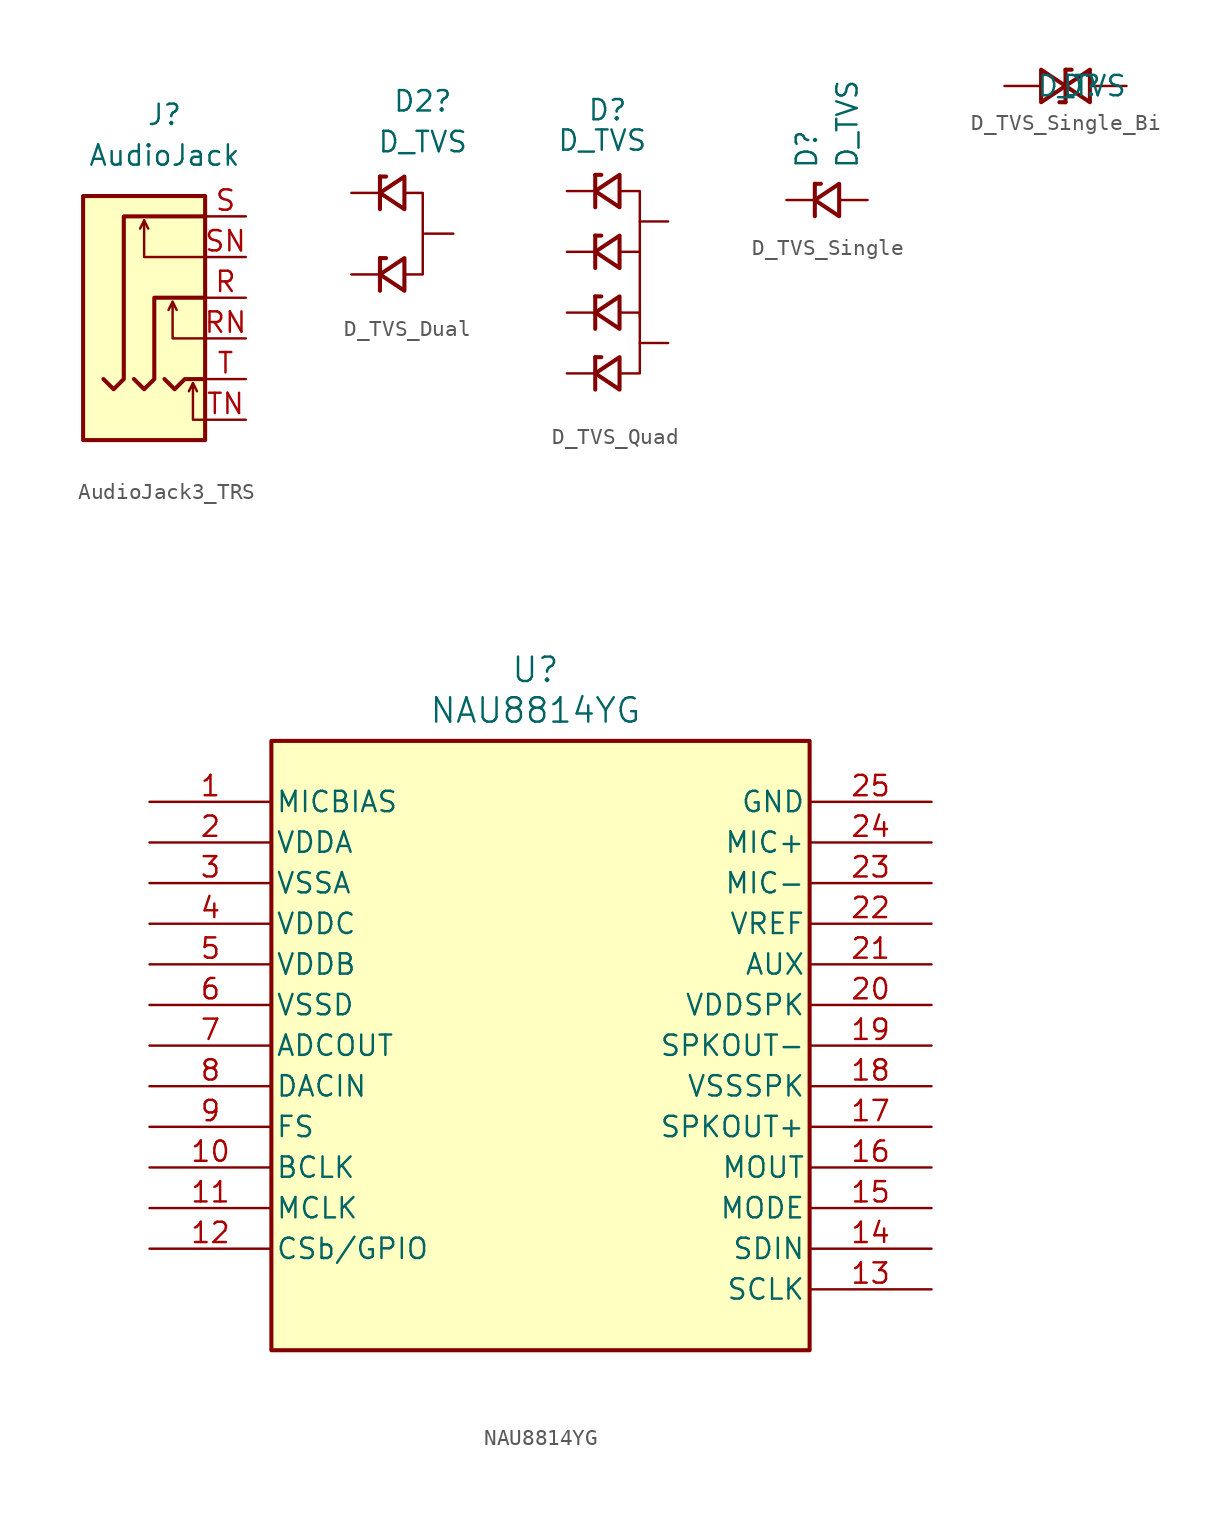
<source format=kicad_sym>
(kicad_symbol_lib
  (version 20220914)
  (generator kicad_symbol_editor)
  (symbol "AudioJack3_TRS"
    (property "Reference" "J"
      (at 0 11.43 0)
      (effects (font (size 1.27 1.27))))
    (property "Value" "AudioJack"
      (at 0 8.89 0)
      (effects (font (size 1.27 1.27))))
    (symbol "AudioJack3_TRS_0_1"
      (polyline (pts (xy -1.27 4.826) (xy -1.016 4.318)) (stroke (width 0) (type default)) (fill (type none)))
      (polyline (pts (xy 0.508 -0.254) (xy 0.762 -0.762)) (stroke (width 0) (type default)) (fill (type none)))
      (polyline (pts (xy 1.778 -5.334) (xy 2.032 -5.842)) (stroke (width 0) (type default)) (fill (type none)))
      (polyline (pts (xy 0 -5.08) (xy 0.635 -5.715) (xy 1.27 -5.08) (xy 2.54 -5.08)) (stroke (width 0.254) (type default)) (fill (type none)))
      (polyline (pts (xy 2.54 -7.62) (xy 1.778 -7.62) (xy 1.778 -5.334) (xy 1.524 -5.842)) (stroke (width 0) (type default)) (fill (type none)))
      (polyline (pts (xy 2.54 -2.54) (xy 0.508 -2.54) (xy 0.508 -0.254) (xy 0.254 -0.762)) (stroke (width 0) (type default)) (fill (type none)))
      (polyline (pts (xy 2.54 2.54) (xy -1.27 2.54) (xy -1.27 4.826) (xy -1.524 4.318)) (stroke (width 0) (type default)) (fill (type none)))
      (polyline (pts (xy -1.905 -5.08) (xy -1.27 -5.715) (xy -0.635 -5.08) (xy -0.635 0) (xy 2.54 0)) (stroke (width 0.254) (type default)) (fill (type none)))
      (polyline (pts (xy 2.54 5.08) (xy -2.54 5.08) (xy -2.54 -5.08) (xy -3.175 -5.715) (xy -3.81 -5.08)) (stroke (width 0.254) (type default)) (fill (type none)))
      (rectangle (start 2.54 6.35) (end -5.08 -8.89) (stroke (width 0.254) (type default)) (fill (type background))))
    (symbol "AudioJack3_TRS_1_1"
      (pin passive line (at 5.08 0 180) (length 2.54) (name "~" (effects (font (size 1.27 1.27)))) (number "R" (effects (font (size 1.27 1.27)))))
      (pin passive line (at 5.08 -2.54 180) (length 2.54) (name "~" (effects (font (size 1.27 1.27)))) (number "RN" (effects (font (size 1.27 1.27)))))
      (pin passive line (at 5.08 5.08 180) (length 2.54) (name "~" (effects (font (size 1.27 1.27)))) (number "S" (effects (font (size 1.27 1.27)))))
      (pin passive line (at 5.08 2.54 180) (length 2.54) (name "~" (effects (font (size 1.27 1.27)))) (number "SN" (effects (font (size 1.27 1.27)))))
      (pin passive line (at 5.08 -5.08 180) (length 2.54) (name "~" (effects (font (size 1.27 1.27)))) (number "T" (effects (font (size 1.27 1.27)))))
      (pin passive line (at 5.08 -7.62 180) (length 2.54) (name "~" (effects (font (size 1.27 1.27)))) (number "TN" (effects (font (size 1.27 1.27)))))))
  (symbol "D_TVS_Dual"
    (pin_numbers hide)
    (pin_names
      (offset 0) hide)
    (property "Reference" "D2"
      (at 1.905 8.255 0)
      (effects (font (size 1.27 1.27))))
    (property "Value" "D_TVS"
      (at 1.905 5.715 0)
      (effects (font (size 1.27 1.27))))
    (symbol "D_TVS_Dual_0_1"
      (polyline (pts (xy -0.762 -3.556) (xy -0.762 -1.524)) (stroke (width 0.254) (type default)) (fill (type none)))
      (polyline (pts (xy -0.762 1.524) (xy -0.762 3.556)) (stroke (width 0.254) (type default)) (fill (type none)))
      (polyline (pts (xy 0.762 -3.556) (xy -0.762 -2.54) (xy 0.762 -1.524) (xy 0.762 -3.556)) (stroke (width 0.254) (type default)) (fill (type none)))
      (polyline (pts (xy 0.762 1.524) (xy -0.762 2.54) (xy 0.762 3.556) (xy 0.762 1.524)) (stroke (width 0.254) (type default)) (fill (type none)))
      (polyline (pts (xy 0.762 2.54) (xy 1.905 2.54) (xy 1.905 -2.54) (xy 0.762 -2.54)) (stroke (width 0) (type default)) (fill (type none))))
    (symbol "D_TVS_Dual_1_1"
      (polyline (pts (xy -0.762 -1.524) (xy -0.381 -1.524)) (stroke (width 0.254) (type default)) (fill (type none)))
      (polyline (pts (xy -0.762 3.556) (xy -0.381 3.556)) (stroke (width 0.254) (type default)) (fill (type none)))
      (pin passive line (at -2.54 2.54 0) (length 1.778) (name "K" (effects (font (size 1.27 1.27)))) (number "1" (effects (font (size 1.27 1.27)))))
      (pin passive line (at -2.54 -2.54 0) (length 1.778) (name "K" (effects (font (size 1.27 1.27)))) (number "2" (effects (font (size 1.27 1.27)))))
      (pin passive line (at 3.81 0 180) (length 1.778) (name "A" (effects (font (size 1.27 1.27)))) (number "3" (effects (font (size 1.27 1.27)))))))
  (symbol "D_TVS_Quad"
    (pin_numbers hide)
    (pin_names
      (offset 0) hide)
    (property "Reference" "D"
      (at -1.27 10.795 0)
      (effects (font (size 1.27 1.27)) (justify left)))
    (property "Value" "D_TVS"
      (at -3.175 8.89 0)
      (effects (font (size 1.27 1.27)) (justify left)))
    (symbol "D_TVS_Quad_0_1"
      (polyline (pts (xy -0.762 -6.731) (xy -0.762 -4.699)) (stroke (width 0.254) (type default)) (fill (type none)))
      (polyline (pts (xy -0.762 -2.921) (xy -0.762 -0.889)) (stroke (width 0.254) (type default)) (fill (type none)))
      (polyline (pts (xy -0.762 0.889) (xy -0.762 2.921)) (stroke (width 0.254) (type default)) (fill (type none)))
      (polyline (pts (xy -0.762 4.699) (xy -0.762 6.731)) (stroke (width 0.254) (type default)) (fill (type none)))
      (polyline (pts (xy 2.032 1.905) (xy 2.032 -2.159)) (stroke (width 0) (type default)) (fill (type none)))
      (polyline (pts (xy 0.762 -6.731) (xy -0.762 -5.715) (xy 0.762 -4.699) (xy 0.762 -6.731)) (stroke (width 0.254) (type default)) (fill (type none)))
      (polyline (pts (xy 0.762 -2.921) (xy -0.762 -1.905) (xy 0.762 -0.889) (xy 0.762 -2.921)) (stroke (width 0.254) (type default)) (fill (type none)))
      (polyline (pts (xy 0.762 -1.905) (xy 2.032 -1.905) (xy 2.032 -5.715) (xy 0.762 -5.715)) (stroke (width 0) (type default)) (fill (type none)))
      (polyline (pts (xy 0.762 0.889) (xy -0.762 1.905) (xy 0.762 2.921) (xy 0.762 0.889)) (stroke (width 0.254) (type default)) (fill (type none)))
      (polyline (pts (xy 0.762 4.699) (xy -0.762 5.715) (xy 0.762 6.731) (xy 0.762 4.699)) (stroke (width 0.254) (type default)) (fill (type none)))
      (polyline (pts (xy 0.762 5.715) (xy 2.032 5.715) (xy 2.032 1.905) (xy 0.762 1.905)) (stroke (width 0) (type default)) (fill (type none))))
    (symbol "D_TVS_Quad_1_1"
      (polyline (pts (xy -0.762 -4.699) (xy -0.381 -4.699)) (stroke (width 0.254) (type default)) (fill (type none)))
      (polyline (pts (xy -0.762 -0.889) (xy -0.381 -0.889)) (stroke (width 0.254) (type default)) (fill (type none)))
      (polyline (pts (xy -0.762 2.921) (xy -0.381 2.921)) (stroke (width 0.254) (type default)) (fill (type none)))
      (polyline (pts (xy -0.762 6.731) (xy -0.381 6.731)) (stroke (width 0.254) (type default)) (fill (type none)))
      (pin passive line (at -2.54 5.715 0) (length 1.778) (name "K" (effects (font (size 1.27 1.27)))) (number "1" (effects (font (size 1.27 1.27)))))
      (pin passive line (at 3.81 3.81 180) (length 1.778) (name "GND" (effects (font (size 1.27 1.27)))) (number "2" (effects (font (size 1.27 1.27)))))
      (pin passive line (at -2.54 1.905 0) (length 1.778) (name "K" (effects (font (size 1.27 1.27)))) (number "3" (effects (font (size 1.27 1.27)))))
      (pin passive line (at -2.54 -1.905 0) (length 1.778) (name "K" (effects (font (size 1.27 1.27)))) (number "4" (effects (font (size 1.27 1.27)))))
      (pin passive line (at 3.81 -3.81 180) (length 1.778) (name "GND" (effects (font (size 1.27 1.27)))) (number "5" (effects (font (size 1.27 1.27)))))
      (pin passive line (at -2.54 -5.715 0) (length 1.778) (name "K" (effects (font (size 1.27 1.27)))) (number "6" (effects (font (size 1.27 1.27)))))))
  (symbol "D_TVS_Single"
    (pin_numbers hide)
    (pin_names
      (offset 0.254) hide)
    (property "Reference" "D"
      (at -1.27 1.905 90)
      (effects (font (size 1.27 1.27)) (justify left)))
    (property "Value" "D_TVS"
      (at 1.27 1.905 90)
      (effects (font (size 1.27 1.27)) (justify left)))
    (symbol "D_TVS_Single_0_1"
      (polyline (pts (xy -0.762 -1.016) (xy -0.762 1.016)) (stroke (width 0.254) (type default)) (fill (type none)))
      (polyline (pts (xy 0.762 -1.016) (xy -0.762 0) (xy 0.762 1.016) (xy 0.762 -1.016)) (stroke (width 0.254) (type default)) (fill (type none))))
    (symbol "D_TVS_Single_1_1"
      (polyline (pts (xy -0.762 1.016) (xy -0.381 1.016)) (stroke (width 0.254) (type default)) (fill (type none)))
      (pin passive line (at -2.54 0 0) (length 1.778) (name "K" (effects (font (size 1.27 1.27)))) (number "1" (effects (font (size 1.27 1.27)))))
      (pin passive line (at 2.54 0 180) (length 1.778) (name "A" (effects (font (size 1.27 1.27)))) (number "2" (effects (font (size 1.27 1.27)))))))
  (symbol "D_TVS_Single_Bi"
    (pin_numbers hide)
    (pin_names hide)
    (property "Reference" "D"
      (at 1.016 0 0)
      (effects (font (size 1.27 1.27))))
    (property "Value" "D_TVS"
      (at 1.016 0 0)
      (effects (font (size 1.27 1.27))))
    (symbol "D_TVS_Single_Bi_0_1"
      (polyline (pts (xy 0 -1.016) (xy 0 1.016)) (stroke (width 0.254) (type default)) (fill (type none)))
      (polyline (pts (xy -1.524 1.016) (xy 0 0) (xy -1.524 -1.016) (xy -1.524 1.016)) (stroke (width 0.254) (type default)) (fill (type none)))
      (polyline (pts (xy 1.524 -1.016) (xy 0 0) (xy 1.524 1.016) (xy 1.524 -1.016)) (stroke (width 0.254) (type default)) (fill (type none))))
    (symbol "D_TVS_Single_Bi_1_1"
      (polyline (pts (xy -0.381 -1.016) (xy 0 -1.016)) (stroke (width 0.254) (type default)) (fill (type none)))
      (polyline (pts (xy 0 1.016) (xy 0.381 1.016)) (stroke (width 0.254) (type default)) (fill (type none)))
      (pin input line (at -3.81 0 0) (length 2.2) (name "A" (effects (font (size 1.27 1.27)))) (number "1" (effects (font (size 1.27 1.27)))))
      (pin input line (at 3.81 0 180) (length 2.2) (name "A" (effects (font (size 1.27 1.27)))) (number "2" (effects (font (size 1.27 1.27)))))))
  (symbol "NAU8814YG"
    (pin_names
      (offset 0.254))
    (property "Reference" "U"
      (at 0 23.495 0)
      (effects (font (size 1.524 1.524))))
    (property "Value" "NAU8814YG"
      (at 0 20.955 0)
      (effects (font (size 1.524 1.524))))
    (symbol "NAU8814YG_0_1"
      (pin unspecified line (at -24.13 15.24 0) (length 7.62) (name "MICBIAS" (effects (font (size 1.27 1.27)))) (number "1" (effects (font (size 1.27 1.27)))))
      (pin bidirectional line (at -24.13 -7.62 0) (length 7.62) (name "BCLK" (effects (font (size 1.27 1.27)))) (number "10" (effects (font (size 1.27 1.27)))))
      (pin input line (at -24.13 -10.16 0) (length 7.62) (name "MCLK" (effects (font (size 1.27 1.27)))) (number "11" (effects (font (size 1.27 1.27)))))
      (pin bidirectional line (at -24.13 -12.7 0) (length 7.62) (name "CSb/GPIO" (effects (font (size 1.27 1.27)))) (number "12" (effects (font (size 1.27 1.27)))))
      (pin input line (at 24.765 -15.24 180) (length 7.62) (name "SCLK" (effects (font (size 1.27 1.27)))) (number "13" (effects (font (size 1.27 1.27)))))
      (pin output line (at 24.765 -12.7 180) (length 7.62) (name "SDIN" (effects (font (size 1.27 1.27)))) (number "14" (effects (font (size 1.27 1.27)))))
      (pin input line (at 24.765 -10.16 180) (length 7.62) (name "MODE" (effects (font (size 1.27 1.27)))) (number "15" (effects (font (size 1.27 1.27)))))
      (pin output line (at 24.765 -7.62 180) (length 7.62) (name "MOUT" (effects (font (size 1.27 1.27)))) (number "16" (effects (font (size 1.27 1.27)))))
      (pin output line (at 24.765 -5.08 180) (length 7.62) (name "SPKOUT+" (effects (font (size 1.27 1.27)))) (number "17" (effects (font (size 1.27 1.27)))))
      (pin power_out line (at 24.765 -2.54 180) (length 7.62) (name "VSSSPK" (effects (font (size 1.27 1.27)))) (number "18" (effects (font (size 1.27 1.27)))))
      (pin output line (at 24.765 0 180) (length 7.62) (name "SPKOUT-" (effects (font (size 1.27 1.27)))) (number "19" (effects (font (size 1.27 1.27)))))
      (pin power_in line (at -24.13 12.7 0) (length 7.62) (name "VDDA" (effects (font (size 1.27 1.27)))) (number "2" (effects (font (size 1.27 1.27)))))
      (pin power_in line (at 24.765 2.54 180) (length 7.62) (name "VDDSPK" (effects (font (size 1.27 1.27)))) (number "20" (effects (font (size 1.27 1.27)))))
      (pin unspecified line (at 24.765 5.08 180) (length 7.62) (name "AUX" (effects (font (size 1.27 1.27)))) (number "21" (effects (font (size 1.27 1.27)))))
      (pin unspecified line (at 24.765 7.62 180) (length 7.62) (name "VREF" (effects (font (size 1.27 1.27)))) (number "22" (effects (font (size 1.27 1.27)))))
      (pin unspecified line (at 24.765 10.16 180) (length 7.62) (name "MIC-" (effects (font (size 1.27 1.27)))) (number "23" (effects (font (size 1.27 1.27)))))
      (pin unspecified line (at 24.765 12.7 180) (length 7.62) (name "MIC+" (effects (font (size 1.27 1.27)))) (number "24" (effects (font (size 1.27 1.27)))))
      (pin power_out line (at 24.765 15.24 180) (length 7.62) (name "GND" (effects (font (size 1.27 1.27)))) (number "25" (effects (font (size 1.27 1.27)))))
      (pin power_out line (at -24.13 10.16 0) (length 7.62) (name "VSSA" (effects (font (size 1.27 1.27)))) (number "3" (effects (font (size 1.27 1.27)))))
      (pin power_in line (at -24.13 7.62 0) (length 7.62) (name "VDDC" (effects (font (size 1.27 1.27)))) (number "4" (effects (font (size 1.27 1.27)))))
      (pin power_in line (at -24.13 5.08 0) (length 7.62) (name "VDDB" (effects (font (size 1.27 1.27)))) (number "5" (effects (font (size 1.27 1.27)))))
      (pin power_out line (at -24.13 2.54 0) (length 7.62) (name "VSSD" (effects (font (size 1.27 1.27)))) (number "6" (effects (font (size 1.27 1.27)))))
      (pin output line (at -24.13 0 0) (length 7.62) (name "ADCOUT" (effects (font (size 1.27 1.27)))) (number "7" (effects (font (size 1.27 1.27)))))
      (pin input line (at -24.13 -2.54 0) (length 7.62) (name "DACIN" (effects (font (size 1.27 1.27)))) (number "8" (effects (font (size 1.27 1.27)))))
      (pin bidirectional line (at -24.13 -5.08 0) (length 7.62) (name "FS" (effects (font (size 1.27 1.27)))) (number "9" (effects (font (size 1.27 1.27))))))
    (symbol "NAU8814YG_1_1"
      (rectangle (start -16.51 19.05) (end 17.145 -19.05) (stroke (width 0.254) (type default)) (fill (type background))))))
</source>
